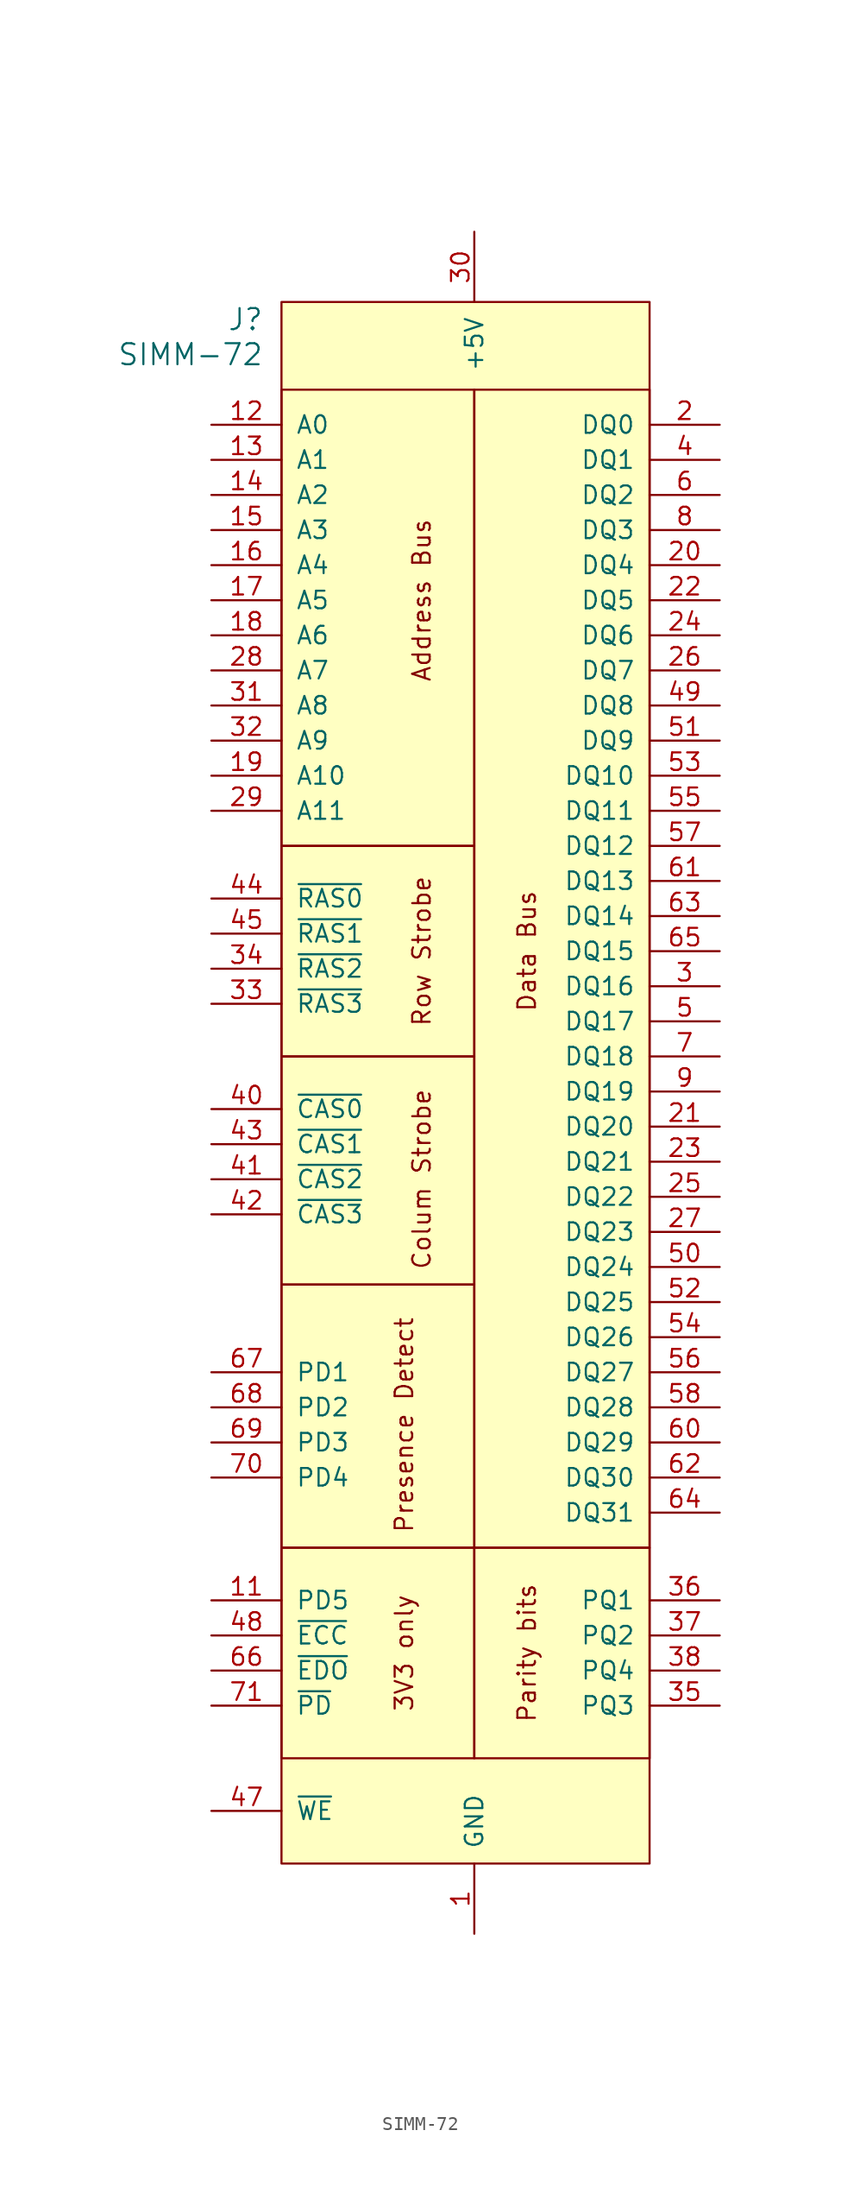
<source format=kicad_sym>
(kicad_symbol_lib
  (version 20211014)
  (generator kicad_symbol_editor)
  (symbol "SIMM-72"
    (pin_names
      (offset 1.016))
    (property "Reference" "J"
      (at -15.24 53.34 0)
      (effects (font (size 1.524 1.524)) (justify right)))
    (property "Value" "SIMM-72"
      (at -15.24 50.8 0)
      (effects (font (size 1.524 1.524)) (justify right)))
    (symbol "SIMM-72_0_0"
      (rectangle (start -13.97 0) (end 0 -16.51) (stroke (width 0) (type default) (color 0 0 0 0)) (fill (type none)))
      (rectangle (start -13.97 15.24) (end 0 0) (stroke (width 0) (type default) (color 0 0 0 0)) (fill (type none)))
      (rectangle (start -13.97 48.26) (end 0 15.24) (stroke (width 0) (type default) (color 0 0 0 0)) (fill (type none)))
      (rectangle (start 12.7 -35.56) (end 0 -50.8) (stroke (width 0) (type default) (color 0 0 0 0)) (fill (type none)))
      (rectangle (start 12.7 -35.56) (end 0 48.26) (stroke (width 0) (type default) (color 0 0 0 0)) (fill (type none)))
      (text "3V3 only" (at -5.08 -43.18 900) (effects (font (size 1.27 1.27))))
      (text "Address Bus" (at -3.81 33.02 900) (effects (font (size 1.27 1.27))))
      (text "Colum Strobe" (at -3.81 -8.89 900) (effects (font (size 1.27 1.27))))
      (text "Data Bus" (at 3.81 7.62 900) (effects (font (size 1.27 1.27))))
      (text "Parity bits" (at 3.81 -43.18 900) (effects (font (size 1.27 1.27))))
      (text "Presence Detect" (at -5.08 -26.67 900) (effects (font (size 1.27 1.27))))
      (text "Row Strobe" (at -3.81 7.62 900) (effects (font (size 1.27 1.27))))
      (pin output line (at -19.05 -41.91 0) (length 5.08) (name "~{ECC}" (effects (font (size 1.27 1.27)))) (number "48" (effects (font (size 1.27 1.27))))))
    (symbol "SIMM-72_0_1"
      (rectangle (start -13.97 -35.56) (end 0 -50.8) (stroke (width 0.152) (type default) (color 0 0 0 0)) (fill (type none)))
      (rectangle (start -13.97 -16.51) (end 0 -35.56) (stroke (width 0) (type default) (color 0 0 0 0)) (fill (type none))))
    (symbol "SIMM-72_1_1"
      (rectangle (start -13.97 54.61) (end 12.7 -58.42) (stroke (width 0) (type default) (color 0 0 0 0)) (fill (type background)))
      (pin power_in line (at 0 -63.5 90) (length 5.08) (name "GND" (effects (font (size 1.27 1.27)))) (number "1" (effects (font (size 1.27 1.27)))))
      (pin power_in line (at 0 59.69 270) (length 5.08) hide (name "+5V" (effects (font (size 1.27 1.27)))) (number "10" (effects (font (size 1.27 1.27)))))
      (pin output line (at -19.05 -39.37 0) (length 5.08) (name "PD5" (effects (font (size 1.27 1.27)))) (number "11" (effects (font (size 1.27 1.27)))))
      (pin input line (at -19.05 45.72 0) (length 5.08) (name "A0" (effects (font (size 1.27 1.27)))) (number "12" (effects (font (size 1.27 1.27)))))
      (pin input line (at -19.05 43.18 0) (length 5.08) (name "A1" (effects (font (size 1.27 1.27)))) (number "13" (effects (font (size 1.27 1.27)))))
      (pin input line (at -19.05 40.64 0) (length 5.08) (name "A2" (effects (font (size 1.27 1.27)))) (number "14" (effects (font (size 1.27 1.27)))))
      (pin input line (at -19.05 38.1 0) (length 5.08) (name "A3" (effects (font (size 1.27 1.27)))) (number "15" (effects (font (size 1.27 1.27)))))
      (pin input line (at -19.05 35.56 0) (length 5.08) (name "A4" (effects (font (size 1.27 1.27)))) (number "16" (effects (font (size 1.27 1.27)))))
      (pin input line (at -19.05 33.02 0) (length 5.08) (name "A5" (effects (font (size 1.27 1.27)))) (number "17" (effects (font (size 1.27 1.27)))))
      (pin input line (at -19.05 30.48 0) (length 5.08) (name "A6" (effects (font (size 1.27 1.27)))) (number "18" (effects (font (size 1.27 1.27)))))
      (pin input line (at -19.05 20.32 0) (length 5.08) (name "A10" (effects (font (size 1.27 1.27)))) (number "19" (effects (font (size 1.27 1.27)))))
      (pin bidirectional line (at 17.78 45.72 180) (length 5.08) (name "DQ0" (effects (font (size 1.27 1.27)))) (number "2" (effects (font (size 1.27 1.27)))))
      (pin bidirectional line (at 17.78 35.56 180) (length 5.08) (name "DQ4" (effects (font (size 1.27 1.27)))) (number "20" (effects (font (size 1.27 1.27)))))
      (pin bidirectional line (at 17.78 -5.08 180) (length 5.08) (name "DQ20" (effects (font (size 1.27 1.27)))) (number "21" (effects (font (size 1.27 1.27)))))
      (pin bidirectional line (at 17.78 33.02 180) (length 5.08) (name "DQ5" (effects (font (size 1.27 1.27)))) (number "22" (effects (font (size 1.27 1.27)))))
      (pin bidirectional line (at 17.78 -7.62 180) (length 5.08) (name "DQ21" (effects (font (size 1.27 1.27)))) (number "23" (effects (font (size 1.27 1.27)))))
      (pin bidirectional line (at 17.78 30.48 180) (length 5.08) (name "DQ6" (effects (font (size 1.27 1.27)))) (number "24" (effects (font (size 1.27 1.27)))))
      (pin bidirectional line (at 17.78 -10.16 180) (length 5.08) (name "DQ22" (effects (font (size 1.27 1.27)))) (number "25" (effects (font (size 1.27 1.27)))))
      (pin bidirectional line (at 17.78 27.94 180) (length 5.08) (name "DQ7" (effects (font (size 1.27 1.27)))) (number "26" (effects (font (size 1.27 1.27)))))
      (pin bidirectional line (at 17.78 -12.7 180) (length 5.08) (name "DQ23" (effects (font (size 1.27 1.27)))) (number "27" (effects (font (size 1.27 1.27)))))
      (pin input line (at -19.05 27.94 0) (length 5.08) (name "A7" (effects (font (size 1.27 1.27)))) (number "28" (effects (font (size 1.27 1.27)))))
      (pin input line (at -19.05 17.78 0) (length 5.08) (name "A11" (effects (font (size 1.27 1.27)))) (number "29" (effects (font (size 1.27 1.27)))))
      (pin bidirectional line (at 17.78 5.08 180) (length 5.08) (name "DQ16" (effects (font (size 1.27 1.27)))) (number "3" (effects (font (size 1.27 1.27)))))
      (pin power_in line (at 0 59.69 270) (length 5.08) (name "+5V" (effects (font (size 1.27 1.27)))) (number "30" (effects (font (size 1.27 1.27)))))
      (pin input line (at -19.05 25.4 0) (length 5.08) (name "A8" (effects (font (size 1.27 1.27)))) (number "31" (effects (font (size 1.27 1.27)))))
      (pin input line (at -19.05 22.86 0) (length 5.08) (name "A9" (effects (font (size 1.27 1.27)))) (number "32" (effects (font (size 1.27 1.27)))))
      (pin input line (at -19.05 3.81 0) (length 5.08) (name "~{RAS3}" (effects (font (size 1.27 1.27)))) (number "33" (effects (font (size 1.27 1.27)))))
      (pin input line (at -19.05 6.35 0) (length 5.08) (name "~{RAS2}" (effects (font (size 1.27 1.27)))) (number "34" (effects (font (size 1.27 1.27)))))
      (pin bidirectional line (at 17.78 -46.99 180) (length 5.08) (name "PQ3" (effects (font (size 1.27 1.27)))) (number "35" (effects (font (size 1.27 1.27)))))
      (pin bidirectional line (at 17.78 -39.37 180) (length 5.08) (name "PQ1" (effects (font (size 1.27 1.27)))) (number "36" (effects (font (size 1.27 1.27)))))
      (pin bidirectional line (at 17.78 -41.91 180) (length 5.08) (name "PQ2" (effects (font (size 1.27 1.27)))) (number "37" (effects (font (size 1.27 1.27)))))
      (pin bidirectional line (at 17.78 -44.45 180) (length 5.08) (name "PQ4" (effects (font (size 1.27 1.27)))) (number "38" (effects (font (size 1.27 1.27)))))
      (pin power_in line (at 0 -63.5 90) (length 5.08) hide (name "GND" (effects (font (size 1.27 1.27)))) (number "39" (effects (font (size 1.27 1.27)))))
      (pin bidirectional line (at 17.78 43.18 180) (length 5.08) (name "DQ1" (effects (font (size 1.27 1.27)))) (number "4" (effects (font (size 1.27 1.27)))))
      (pin input line (at -19.05 -3.81 0) (length 5.08) (name "~{CAS0}" (effects (font (size 1.27 1.27)))) (number "40" (effects (font (size 1.27 1.27)))))
      (pin input line (at -19.05 -8.89 0) (length 5.08) (name "~{CAS2}" (effects (font (size 1.27 1.27)))) (number "41" (effects (font (size 1.27 1.27)))))
      (pin input line (at -19.05 -11.43 0) (length 5.08) (name "~{CAS3}" (effects (font (size 1.27 1.27)))) (number "42" (effects (font (size 1.27 1.27)))))
      (pin input line (at -19.05 -6.35 0) (length 5.08) (name "~{CAS1}" (effects (font (size 1.27 1.27)))) (number "43" (effects (font (size 1.27 1.27)))))
      (pin input line (at -19.05 11.43 0) (length 5.08) (name "~{RAS0}" (effects (font (size 1.27 1.27)))) (number "44" (effects (font (size 1.27 1.27)))))
      (pin input line (at -19.05 8.89 0) (length 5.08) (name "~{RAS1}" (effects (font (size 1.27 1.27)))) (number "45" (effects (font (size 1.27 1.27)))))
      (pin no_connect line (at 2.54 39.37 90) (length 2.54) hide (name "NC" (effects (font (size 1.27 1.27)))) (number "46" (effects (font (size 1.27 1.27)))))
      (pin input line (at -19.05 -54.61 0) (length 5.08) (name "~{WE}" (effects (font (size 1.27 1.27)))) (number "47" (effects (font (size 1.27 1.27)))))
      (pin bidirectional line (at 17.78 25.4 180) (length 5.08) (name "DQ8" (effects (font (size 1.27 1.27)))) (number "49" (effects (font (size 1.27 1.27)))))
      (pin bidirectional line (at 17.78 2.54 180) (length 5.08) (name "DQ17" (effects (font (size 1.27 1.27)))) (number "5" (effects (font (size 1.27 1.27)))))
      (pin bidirectional line (at 17.78 -15.24 180) (length 5.08) (name "DQ24" (effects (font (size 1.27 1.27)))) (number "50" (effects (font (size 1.27 1.27)))))
      (pin bidirectional line (at 17.78 22.86 180) (length 5.08) (name "DQ9" (effects (font (size 1.27 1.27)))) (number "51" (effects (font (size 1.27 1.27)))))
      (pin bidirectional line (at 17.78 -17.78 180) (length 5.08) (name "DQ25" (effects (font (size 1.27 1.27)))) (number "52" (effects (font (size 1.27 1.27)))))
      (pin bidirectional line (at 17.78 20.32 180) (length 5.08) (name "DQ10" (effects (font (size 1.27 1.27)))) (number "53" (effects (font (size 1.27 1.27)))))
      (pin bidirectional line (at 17.78 -20.32 180) (length 5.08) (name "DQ26" (effects (font (size 1.27 1.27)))) (number "54" (effects (font (size 1.27 1.27)))))
      (pin bidirectional line (at 17.78 17.78 180) (length 5.08) (name "DQ11" (effects (font (size 1.27 1.27)))) (number "55" (effects (font (size 1.27 1.27)))))
      (pin bidirectional line (at 17.78 -22.86 180) (length 5.08) (name "DQ27" (effects (font (size 1.27 1.27)))) (number "56" (effects (font (size 1.27 1.27)))))
      (pin bidirectional line (at 17.78 15.24 180) (length 5.08) (name "DQ12" (effects (font (size 1.27 1.27)))) (number "57" (effects (font (size 1.27 1.27)))))
      (pin bidirectional line (at 17.78 -25.4 180) (length 5.08) (name "DQ28" (effects (font (size 1.27 1.27)))) (number "58" (effects (font (size 1.27 1.27)))))
      (pin power_in line (at 0 59.69 270) (length 5.08) hide (name "+5V" (effects (font (size 1.27 1.27)))) (number "59" (effects (font (size 1.27 1.27)))))
      (pin bidirectional line (at 17.78 40.64 180) (length 5.08) (name "DQ2" (effects (font (size 1.27 1.27)))) (number "6" (effects (font (size 1.27 1.27)))))
      (pin bidirectional line (at 17.78 -27.94 180) (length 5.08) (name "DQ29" (effects (font (size 1.27 1.27)))) (number "60" (effects (font (size 1.27 1.27)))))
      (pin bidirectional line (at 17.78 12.7 180) (length 5.08) (name "DQ13" (effects (font (size 1.27 1.27)))) (number "61" (effects (font (size 1.27 1.27)))))
      (pin bidirectional line (at 17.78 -30.48 180) (length 5.08) (name "DQ30" (effects (font (size 1.27 1.27)))) (number "62" (effects (font (size 1.27 1.27)))))
      (pin bidirectional line (at 17.78 10.16 180) (length 5.08) (name "DQ14" (effects (font (size 1.27 1.27)))) (number "63" (effects (font (size 1.27 1.27)))))
      (pin bidirectional line (at 17.78 -33.02 180) (length 5.08) (name "DQ31" (effects (font (size 1.27 1.27)))) (number "64" (effects (font (size 1.27 1.27)))))
      (pin bidirectional line (at 17.78 7.62 180) (length 5.08) (name "DQ15" (effects (font (size 1.27 1.27)))) (number "65" (effects (font (size 1.27 1.27)))))
      (pin output line (at -19.05 -44.45 0) (length 5.08) (name "~{EDO}" (effects (font (size 1.27 1.27)))) (number "66" (effects (font (size 1.27 1.27)))))
      (pin output line (at -19.05 -22.86 0) (length 5.08) (name "PD1" (effects (font (size 1.27 1.27)))) (number "67" (effects (font (size 1.27 1.27)))))
      (pin output line (at -19.05 -25.4 0) (length 5.08) (name "PD2" (effects (font (size 1.27 1.27)))) (number "68" (effects (font (size 1.27 1.27)))))
      (pin output line (at -19.05 -27.94 0) (length 5.08) (name "PD3" (effects (font (size 1.27 1.27)))) (number "69" (effects (font (size 1.27 1.27)))))
      (pin bidirectional line (at 17.78 0 180) (length 5.08) (name "DQ18" (effects (font (size 1.27 1.27)))) (number "7" (effects (font (size 1.27 1.27)))))
      (pin output line (at -19.05 -30.48 0) (length 5.08) (name "PD4" (effects (font (size 1.27 1.27)))) (number "70" (effects (font (size 1.27 1.27)))))
      (pin output line (at -19.05 -46.99 0) (length 5.08) (name "~{PD}" (effects (font (size 1.27 1.27)))) (number "71" (effects (font (size 1.27 1.27)))))
      (pin power_in line (at 0 -63.5 90) (length 5.08) hide (name "GND" (effects (font (size 1.27 1.27)))) (number "72" (effects (font (size 1.27 1.27)))))
      (pin bidirectional line (at 17.78 38.1 180) (length 5.08) (name "DQ3" (effects (font (size 1.27 1.27)))) (number "8" (effects (font (size 1.27 1.27)))))
      (pin bidirectional line (at 17.78 -2.54 180) (length 5.08) (name "DQ19" (effects (font (size 1.27 1.27)))) (number "9" (effects (font (size 1.27 1.27))))))))
</source>
